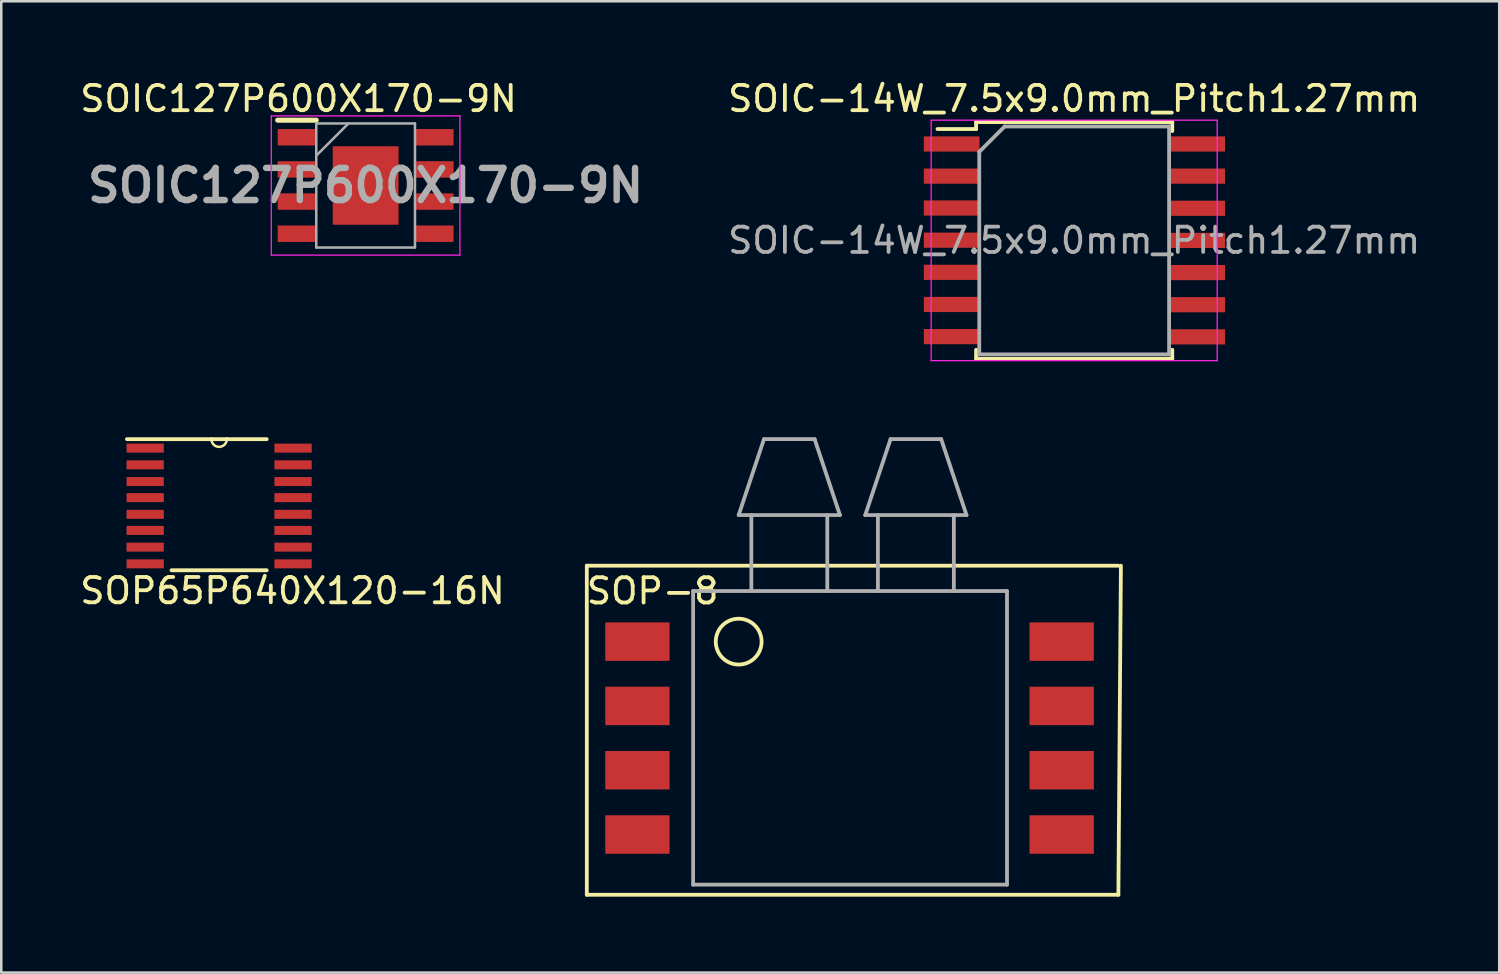
<source format=kicad_pcb>
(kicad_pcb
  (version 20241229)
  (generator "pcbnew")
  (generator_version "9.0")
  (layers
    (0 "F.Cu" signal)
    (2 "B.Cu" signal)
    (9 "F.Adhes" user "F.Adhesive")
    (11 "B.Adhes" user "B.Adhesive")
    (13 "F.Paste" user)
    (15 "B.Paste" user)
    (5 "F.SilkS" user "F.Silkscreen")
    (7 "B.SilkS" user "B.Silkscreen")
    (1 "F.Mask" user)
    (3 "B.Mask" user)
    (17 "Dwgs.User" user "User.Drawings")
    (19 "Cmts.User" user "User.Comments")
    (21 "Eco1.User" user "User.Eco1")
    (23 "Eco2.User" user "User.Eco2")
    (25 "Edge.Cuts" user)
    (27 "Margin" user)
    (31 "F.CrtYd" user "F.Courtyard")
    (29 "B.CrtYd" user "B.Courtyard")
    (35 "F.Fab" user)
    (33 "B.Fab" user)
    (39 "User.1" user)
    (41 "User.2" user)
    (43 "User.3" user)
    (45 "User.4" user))
  (footprint "SOP65P640X120-16N"
    (layer "F.Cu")
    (at 5.606 16.939)
    (property "Reference" "SOP65P640X120-16N" (at 2.9 3.35 180) (layer "F.SilkS") (effects (font (size 1 1) (thickness 0.15))))
    (attr smd)
    (fp_line (start -1.88 2.54) (end 1.88 2.54) (stroke (width 0.152) (type solid)) (layer "F.SilkS"))
    (fp_line (start -0.305 -2.64) (end -3.64 -2.64) (stroke (width 0.152) (type solid)) (layer "F.SilkS"))
    (fp_line (start 0.305 -2.64) (end -0.305 -2.64) (stroke (width 0.152) (type solid)) (layer "F.SilkS"))
    (fp_line (start 1.88 -2.64) (end 0.305 -2.64) (stroke (width 0.152) (type solid)) (layer "F.SilkS"))
    (fp_arc (start 0.3048 -2.64) (mid 0 -2.3352) (end -0.3048 -2.64) (stroke (width 0.1) (type solid)) (layer "F.SilkS"))
    (pad "1" smd rect (at -2.921 -2.286) (size 1.473 0.356) (layers "F.Cu" "F.Mask" "F.Paste"))
    (pad "2" smd rect (at -2.921 -1.626) (size 1.473 0.356) (layers "F.Cu" "F.Mask" "F.Paste"))
    (pad "3" smd rect (at -2.921 -0.965) (size 1.473 0.356) (layers "F.Cu" "F.Mask" "F.Paste"))
    (pad "4" smd rect (at -2.921 -0.33) (size 1.473 0.356) (layers "F.Cu" "F.Mask" "F.Paste"))
    (pad "5" smd rect (at -2.921 0.33) (size 1.473 0.356) (layers "F.Cu" "F.Mask" "F.Paste"))
    (pad "6" smd rect (at -2.921 0.965) (size 1.473 0.356) (layers "F.Cu" "F.Mask" "F.Paste"))
    (pad "7" smd rect (at -2.921 1.626) (size 1.473 0.356) (layers "F.Cu" "F.Mask" "F.Paste"))
    (pad "8" smd rect (at -2.921 2.286) (size 1.473 0.356) (layers "F.Cu" "F.Mask" "F.Paste"))
    (pad "9" smd rect (at 2.921 2.286) (size 1.473 0.356) (layers "F.Cu" "F.Mask" "F.Paste"))
    (pad "10" smd rect (at 2.921 1.626) (size 1.473 0.356) (layers "F.Cu" "F.Mask" "F.Paste"))
    (pad "11" smd rect (at 2.921 0.965) (size 1.473 0.356) (layers "F.Cu" "F.Mask" "F.Paste"))
    (pad "12" smd rect (at 2.921 0.33) (size 1.473 0.356) (layers "F.Cu" "F.Mask" "F.Paste"))
    (pad "13" smd rect (at 2.921 -0.33) (size 1.473 0.356) (layers "F.Cu" "F.Mask" "F.Paste"))
    (pad "14" smd rect (at 2.921 -0.965) (size 1.473 0.356) (layers "F.Cu" "F.Mask" "F.Paste"))
    (pad "15" smd rect (at 2.921 -1.626) (size 1.473 0.356) (layers "F.Cu" "F.Mask" "F.Paste"))
    (pad "16" smd rect (at 2.921 -2.286) (size 1.473 0.356) (layers "F.Cu" "F.Mask" "F.Paste")))
  (footprint "SOIC-14W_7.5x9.0mm_Pitch1.27mm"
    (layer "F.Cu")
    (at 39.386 6.448)
    (property "Reference" "SOIC-14W_7.5x9.0mm_Pitch1.27mm" (at 0 -5.6 0) (layer "F.SilkS") (effects (font (size 1 1) (thickness 0.15))))
    (attr smd)
    (fp_line (start -3.875 -4.675) (end -3.875 -4.4) (stroke (width 0.15) (type solid)) (layer "F.SilkS"))
    (fp_line (start -3.875 -4.675) (end 3.875 -4.675) (stroke (width 0.15) (type solid)) (layer "F.SilkS"))
    (fp_line (start -3.875 -4.4) (end -5.4 -4.4) (stroke (width 0.15) (type solid)) (layer "F.SilkS"))
    (fp_line (start -3.875 4.675) (end -3.875 4.32) (stroke (width 0.15) (type solid)) (layer "F.SilkS"))
    (fp_line (start -3.875 4.675) (end 3.875 4.675) (stroke (width 0.15) (type solid)) (layer "F.SilkS"))
    (fp_line (start 3.875 -4.675) (end 3.875 -4.32) (stroke (width 0.15) (type solid)) (layer "F.SilkS"))
    (fp_line (start 3.875 4.675) (end 3.875 4.32) (stroke (width 0.15) (type solid)) (layer "F.SilkS"))
    (fp_line (start -5.65 -4.75) (end -5.65 4.75) (stroke (width 0.05) (type solid)) (layer "F.CrtYd"))
    (fp_line (start -5.65 -4.75) (end 5.65 -4.75) (stroke (width 0.05) (type solid)) (layer "F.CrtYd"))
    (fp_line (start -5.65 4.75) (end 5.65 4.75) (stroke (width 0.05) (type solid)) (layer "F.CrtYd"))
    (fp_line (start 5.65 -4.75) (end 5.65 4.75) (stroke (width 0.05) (type solid)) (layer "F.CrtYd"))
    (fp_line (start -3.75 -3.5) (end -2.75 -4.5) (stroke (width 0.15) (type solid)) (layer "F.Fab"))
    (fp_line (start -3.75 4.5) (end -3.75 -3.5) (stroke (width 0.15) (type solid)) (layer "F.Fab"))
    (fp_line (start -2.75 -4.5) (end 3.75 -4.5) (stroke (width 0.15) (type solid)) (layer "F.Fab"))
    (fp_line (start 3.75 -4.5) (end 3.75 4.5) (stroke (width 0.15) (type solid)) (layer "F.Fab"))
    (fp_line (start 3.75 4.5) (end -3.75 4.5) (stroke (width 0.15) (type solid)) (layer "F.Fab"))
    (fp_text user "${REFERENCE}" (at 0 0 0) (layer "F.Fab") (effects (font (size 1 1) (thickness 0.15))))
    (pad "1" smd rect (at -4.84 -3.81) (size 2.2 0.6) (layers "F.Cu" "F.Mask" "F.Paste"))
    (pad "2" smd rect (at -4.84 -2.54) (size 2.2 0.6) (layers "F.Cu" "F.Mask" "F.Paste"))
    (pad "3" smd rect (at -4.84 -1.28) (size 2.2 0.6) (layers "F.Cu" "F.Mask" "F.Paste"))
    (pad "4" smd rect (at -4.84 -0.01) (size 2.2 0.6) (layers "F.Cu" "F.Mask" "F.Paste"))
    (pad "5" smd rect (at -4.84 1.26) (size 2.2 0.6) (layers "F.Cu" "F.Mask" "F.Paste"))
    (pad "6" smd rect (at -4.84 2.53) (size 2.2 0.6) (layers "F.Cu" "F.Mask" "F.Paste"))
    (pad "7" smd rect (at -4.84 3.8) (size 2.2 0.6) (layers "F.Cu" "F.Mask" "F.Paste"))
    (pad "8" smd rect (at 4.86 3.81) (size 2.2 0.6) (layers "F.Cu" "F.Mask" "F.Paste"))
    (pad "9" smd rect (at 4.86 2.54) (size 2.2 0.6) (layers "F.Cu" "F.Mask" "F.Paste"))
    (pad "10" smd rect (at 4.86 1.27) (size 2.2 0.6) (layers "F.Cu" "F.Mask" "F.Paste"))
    (pad "11" smd rect (at 4.86 0) (size 2.2 0.6) (layers "F.Cu" "F.Mask" "F.Paste"))
    (pad "12" smd rect (at 4.86 -1.27) (size 2.2 0.6) (layers "F.Cu" "F.Mask" "F.Paste"))
    (pad "13" smd rect (at 4.86 -2.54) (size 2.2 0.6) (layers "F.Cu" "F.Mask" "F.Paste"))
    (pad "14" smd rect (at 4.86 -3.81) (size 2.2 0.6) (layers "F.Cu" "F.Mask" "F.Paste")))
  (footprint "SOIC127P600X170-9N"
    (layer "F.Cu")
    (at 11.394 4.278)
    (property "Reference" "SOIC127P600X170-9N" (at -2.65 -3.43 0) (layer "F.SilkS") (effects (font (size 1 1) (thickness 0.15))))
    (attr smd)
    (fp_line (start -3.475 -2.58) (end -1.95 -2.58) (stroke (width 0.2) (type solid)) (layer "F.SilkS"))
    (fp_line (start -3.725 -2.75) (end 3.725 -2.75) (stroke (width 0.05) (type solid)) (layer "F.CrtYd"))
    (fp_line (start -3.725 2.75) (end -3.725 -2.75) (stroke (width 0.05) (type solid)) (layer "F.CrtYd"))
    (fp_line (start 3.725 -2.75) (end 3.725 2.75) (stroke (width 0.05) (type solid)) (layer "F.CrtYd"))
    (fp_line (start 3.725 2.75) (end -3.725 2.75) (stroke (width 0.05) (type solid)) (layer "F.CrtYd"))
    (fp_line (start -1.95 -2.45) (end 1.95 -2.45) (stroke (width 0.1) (type solid)) (layer "F.Fab"))
    (fp_line (start -1.95 -1.18) (end -0.68 -2.45) (stroke (width 0.1) (type solid)) (layer "F.Fab"))
    (fp_line (start -1.95 2.45) (end -1.95 -2.45) (stroke (width 0.1) (type solid)) (layer "F.Fab"))
    (fp_line (start 1.95 -2.45) (end 1.95 2.45) (stroke (width 0.1) (type solid)) (layer "F.Fab"))
    (fp_line (start 1.95 2.45) (end -1.95 2.45) (stroke (width 0.1) (type solid)) (layer "F.Fab"))
    (fp_text user "${REFERENCE}" (at 0 0 0) (layer "F.Fab") (effects (font (size 1.27 1.27) (thickness 0.254))))
    (pad "1" smd rect (at -2.712 -1.905 90) (size 0.65 1.525) (layers "F.Cu" "F.Mask" "F.Paste"))
    (pad "2" smd rect (at -2.712 -0.635 90) (size 0.65 1.525) (layers "F.Cu" "F.Mask" "F.Paste"))
    (pad "3" smd rect (at -2.712 0.635 90) (size 0.65 1.525) (layers "F.Cu" "F.Mask" "F.Paste"))
    (pad "4" smd rect (at -2.712 1.905 90) (size 0.65 1.525) (layers "F.Cu" "F.Mask" "F.Paste"))
    (pad "5" smd rect (at 2.712 1.905 90) (size 0.65 1.525) (layers "F.Cu" "F.Mask" "F.Paste"))
    (pad "6" smd rect (at 2.712 0.635 90) (size 0.65 1.525) (layers "F.Cu" "F.Mask" "F.Paste"))
    (pad "7" smd rect (at 2.712 -0.635 90) (size 0.65 1.525) (layers "F.Cu" "F.Mask" "F.Paste"))
    (pad "8" smd rect (at 2.712 -1.905 90) (size 0.65 1.525) (layers "F.Cu" "F.Mask" "F.Paste"))
    (pad "9" smd rect (at 0 0) (size 2.6 3.1) (layers "F.Cu" "F.Mask" "F.Paste")))
  (footprint "SOP-8"
    (layer "F.Cu")
    (at 22.132 22.298)
    (property "Reference" "SOP-8" (at 0.6 -2 0) (layer "F.SilkS") (effects (font (size 1 1) (thickness 0.15))))
    (attr through_hole)
    (fp_line (start -2 -3) (end 19 -3) (stroke (width 0.15) (type solid)) (layer "F.SilkS"))
    (fp_line (start -2 10) (end -2 -3) (stroke (width 0.15) (type solid)) (layer "F.SilkS"))
    (fp_line (start 19 10) (end -2 10) (stroke (width 0.15) (type solid)) (layer "F.SilkS"))
    (fp_line (start 19.1 -3) (end 19 10) (stroke (width 0.15) (type solid)) (layer "F.SilkS"))
    (fp_circle (center 4 0) (end 4.1 -0.9) (stroke (width 0.15) (type solid)) (fill no) (layer "F.SilkS"))
    (fp_line (start 2.2 -2) (end 2.2 9.6) (stroke (width 0.15) (type solid)) (layer "F.Fab"))
    (fp_line (start 2.2 9.6) (end 14.6 9.6) (stroke (width 0.15) (type solid)) (layer "F.Fab"))
    (fp_line (start 4 -5) (end 5 -8) (stroke (width 0.15) (type solid)) (layer "F.Fab"))
    (fp_line (start 4.5 -2) (end 4.5 -5) (stroke (width 0.15) (type solid)) (layer "F.Fab"))
    (fp_line (start 5 -8) (end 7 -8) (stroke (width 0.15) (type solid)) (layer "F.Fab"))
    (fp_line (start 7 -8) (end 8 -5) (stroke (width 0.15) (type solid)) (layer "F.Fab"))
    (fp_line (start 7.5 -2) (end 7.5 -5) (stroke (width 0.15) (type solid)) (layer "F.Fab"))
    (fp_line (start 8 -5) (end 4 -5) (stroke (width 0.15) (type solid)) (layer "F.Fab"))
    (fp_line (start 9 -5) (end 13 -5) (stroke (width 0.15) (type solid)) (layer "F.Fab"))
    (fp_line (start 9.5 -2) (end 9.5 -5) (stroke (width 0.15) (type solid)) (layer "F.Fab"))
    (fp_line (start 10 -8) (end 9 -5) (stroke (width 0.15) (type solid)) (layer "F.Fab"))
    (fp_line (start 12 -8) (end 10 -8) (stroke (width 0.15) (type solid)) (layer "F.Fab"))
    (fp_line (start 12.5 -2) (end 12.5 -5) (stroke (width 0.15) (type solid)) (layer "F.Fab"))
    (fp_line (start 13 -5) (end 12 -8) (stroke (width 0.15) (type solid)) (layer "F.Fab"))
    (fp_line (start 14.6 -2) (end 2.2 -2) (stroke (width 0.15) (type solid)) (layer "F.Fab"))
    (fp_line (start 14.6 9.6) (end 14.6 -2) (stroke (width 0.15) (type solid)) (layer "F.Fab"))
    (pad "1" smd rect (at 0 0) (size 2.54 1.52) (layers "F.Cu" "F.Mask" "F.Paste"))
    (pad "2" smd rect (at 0 2.54) (size 2.54 1.52) (layers "F.Cu" "F.Mask" "F.Paste"))
    (pad "3" smd rect (at 0 5.08) (size 2.54 1.52) (layers "F.Cu" "F.Mask" "F.Paste"))
    (pad "4" smd rect (at 0 7.62) (size 2.54 1.52) (layers "F.Cu" "F.Mask" "F.Paste"))
    (pad "5" smd rect (at 16.76 7.62) (size 2.54 1.52) (layers "F.Cu" "F.Mask" "F.Paste"))
    (pad "6" smd rect (at 16.76 5.08) (size 2.54 1.52) (layers "F.Cu" "F.Mask" "F.Paste"))
    (pad "7" smd rect (at 16.76 2.54) (size 2.54 1.52) (layers "F.Cu" "F.Mask" "F.Paste"))
    (pad "8" smd rect (at 16.76 0) (size 2.54 1.52) (layers "F.Cu" "F.Mask" "F.Paste")))
  (gr_rect
    (start -3 -3)
    (end 56.178 35.373)
    (stroke (width 0.1) (type default))
    (fill no)
    (layer "Edge.Cuts")))
</source>
